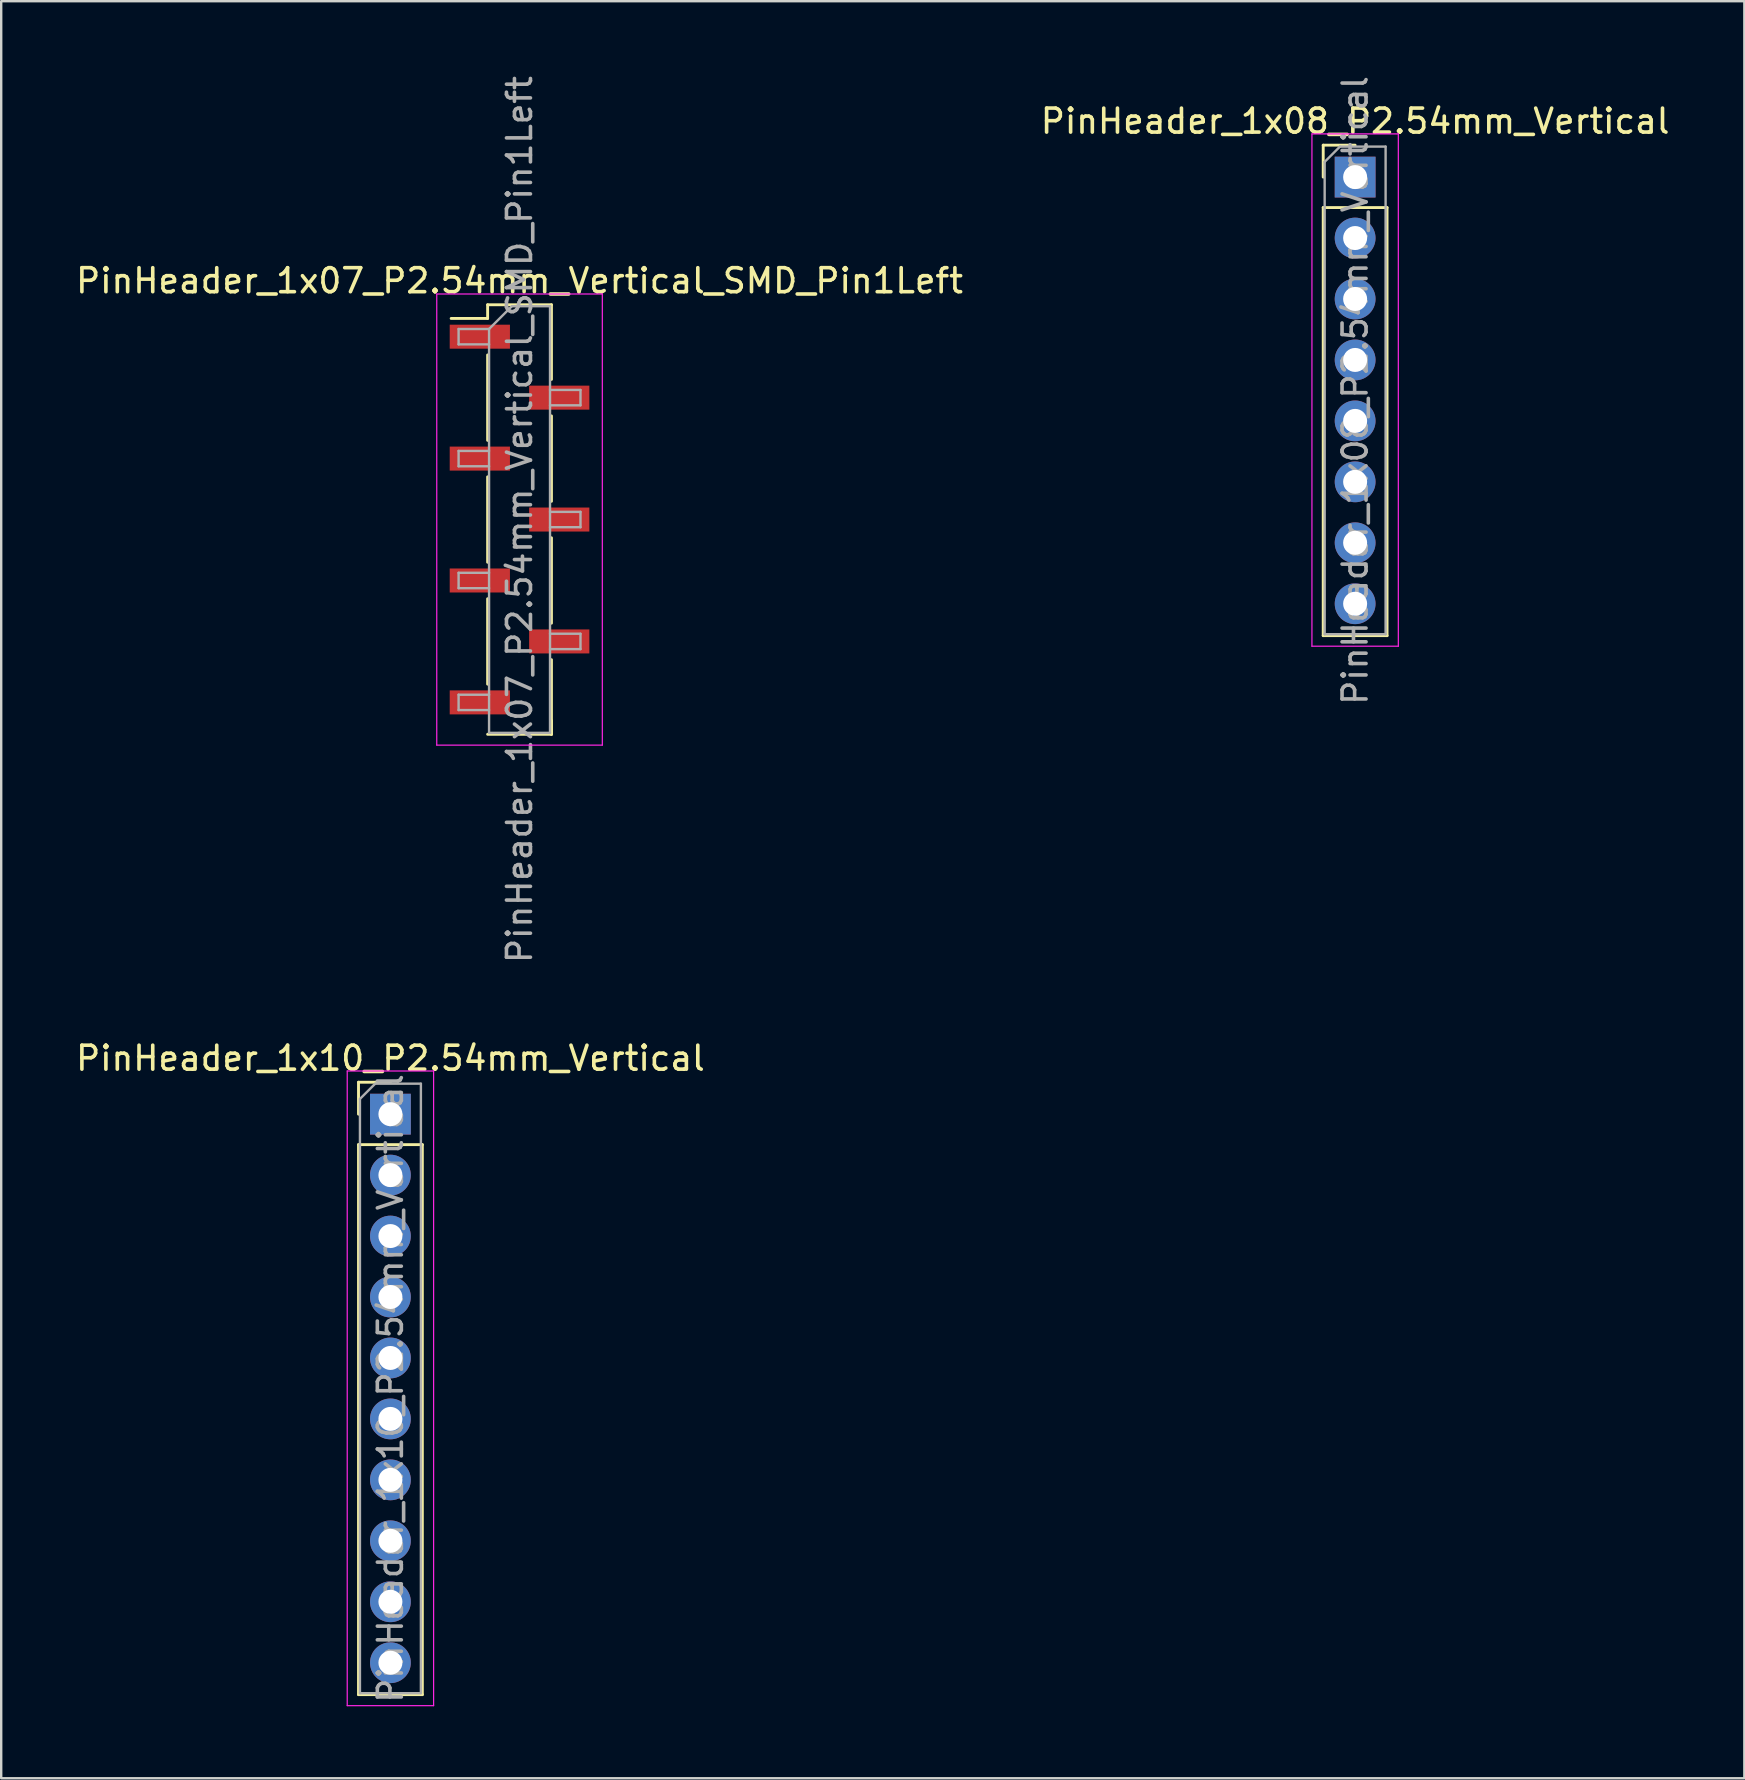
<source format=kicad_pcb>
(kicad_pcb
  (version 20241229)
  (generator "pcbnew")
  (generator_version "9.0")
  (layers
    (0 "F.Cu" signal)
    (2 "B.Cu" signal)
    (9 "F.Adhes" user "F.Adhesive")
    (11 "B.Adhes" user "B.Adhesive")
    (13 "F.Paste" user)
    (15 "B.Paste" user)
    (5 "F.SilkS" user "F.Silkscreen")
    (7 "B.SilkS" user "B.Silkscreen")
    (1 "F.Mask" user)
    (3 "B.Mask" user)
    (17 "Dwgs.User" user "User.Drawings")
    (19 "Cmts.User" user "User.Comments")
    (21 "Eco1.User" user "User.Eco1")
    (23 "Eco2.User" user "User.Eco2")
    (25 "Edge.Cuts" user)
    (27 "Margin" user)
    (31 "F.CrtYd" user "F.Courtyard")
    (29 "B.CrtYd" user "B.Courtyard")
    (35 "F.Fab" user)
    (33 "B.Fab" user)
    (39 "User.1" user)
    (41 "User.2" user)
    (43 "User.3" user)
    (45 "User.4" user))
  (footprint "PinHeader_1x08_P2.54mm_Vertical"
    (layer "F.Cu")
    (at 53.423 4.33)
    (property "Reference" "PinHeader_1x08_P2.54mm_Vertical" (at 0 -2.33 0) (layer "F.SilkS") (effects (font (size 1 1) (thickness 0.15))))
    (attr through_hole)
    (fp_line (start -1.33 -1.33) (end 0 -1.33) (stroke (width 0.12) (type solid)) (layer "F.SilkS"))
    (fp_line (start -1.33 0) (end -1.33 -1.33) (stroke (width 0.12) (type solid)) (layer "F.SilkS"))
    (fp_line (start -1.33 1.27) (end -1.33 19.11) (stroke (width 0.12) (type solid)) (layer "F.SilkS"))
    (fp_line (start -1.33 1.27) (end 1.33 1.27) (stroke (width 0.12) (type solid)) (layer "F.SilkS"))
    (fp_line (start -1.33 19.11) (end 1.33 19.11) (stroke (width 0.12) (type solid)) (layer "F.SilkS"))
    (fp_line (start 1.33 1.27) (end 1.33 19.11) (stroke (width 0.12) (type solid)) (layer "F.SilkS"))
    (fp_line (start -1.8 -1.8) (end -1.8 19.55) (stroke (width 0.05) (type solid)) (layer "F.CrtYd"))
    (fp_line (start -1.8 19.55) (end 1.8 19.55) (stroke (width 0.05) (type solid)) (layer "F.CrtYd"))
    (fp_line (start 1.8 -1.8) (end -1.8 -1.8) (stroke (width 0.05) (type solid)) (layer "F.CrtYd"))
    (fp_line (start 1.8 19.55) (end 1.8 -1.8) (stroke (width 0.05) (type solid)) (layer "F.CrtYd"))
    (fp_line (start -1.27 -0.635) (end -0.635 -1.27) (stroke (width 0.1) (type solid)) (layer "F.Fab"))
    (fp_line (start -1.27 19.05) (end -1.27 -0.635) (stroke (width 0.1) (type solid)) (layer "F.Fab"))
    (fp_line (start -0.635 -1.27) (end 1.27 -1.27) (stroke (width 0.1) (type solid)) (layer "F.Fab"))
    (fp_line (start 1.27 -1.27) (end 1.27 19.05) (stroke (width 0.1) (type solid)) (layer "F.Fab"))
    (fp_line (start 1.27 19.05) (end -1.27 19.05) (stroke (width 0.1) (type solid)) (layer "F.Fab"))
    (fp_text user "${REFERENCE}" (at 0 8.89 90) (layer "F.Fab") (effects (font (size 1 1) (thickness 0.15))))
    (pad "1" thru_hole rect (at 0 0) (size 1.7 1.7) (drill 1) (layers "*.Cu" "*.Mask"))
    (pad "2" thru_hole oval (at 0 2.54) (size 1.7 1.7) (drill 1) (layers "*.Cu" "*.Mask"))
    (pad "3" thru_hole oval (at 0 5.08) (size 1.7 1.7) (drill 1) (layers "*.Cu" "*.Mask"))
    (pad "4" thru_hole oval (at 0 7.62) (size 1.7 1.7) (drill 1) (layers "*.Cu" "*.Mask"))
    (pad "5" thru_hole oval (at 0 10.16) (size 1.7 1.7) (drill 1) (layers "*.Cu" "*.Mask"))
    (pad "6" thru_hole oval (at 0 12.7) (size 1.7 1.7) (drill 1) (layers "*.Cu" "*.Mask"))
    (pad "7" thru_hole oval (at 0 15.24) (size 1.7 1.7) (drill 1) (layers "*.Cu" "*.Mask"))
    (pad "8" thru_hole oval (at 0 17.78) (size 1.7 1.7) (drill 1) (layers "*.Cu" "*.Mask")))
  (footprint "PinHeader_1x10_P2.54mm_Vertical"
    (layer "F.Cu")
    (at 13.22 43.381)
    (property "Reference" "PinHeader_1x10_P2.54mm_Vertical" (at 0 -2.33 0) (layer "F.SilkS") (effects (font (size 1 1) (thickness 0.15))))
    (attr through_hole)
    (fp_line (start -1.33 -1.33) (end 0 -1.33) (stroke (width 0.12) (type solid)) (layer "F.SilkS"))
    (fp_line (start -1.33 0) (end -1.33 -1.33) (stroke (width 0.12) (type solid)) (layer "F.SilkS"))
    (fp_line (start -1.33 1.27) (end -1.33 24.19) (stroke (width 0.12) (type solid)) (layer "F.SilkS"))
    (fp_line (start -1.33 1.27) (end 1.33 1.27) (stroke (width 0.12) (type solid)) (layer "F.SilkS"))
    (fp_line (start -1.33 24.19) (end 1.33 24.19) (stroke (width 0.12) (type solid)) (layer "F.SilkS"))
    (fp_line (start 1.33 1.27) (end 1.33 24.19) (stroke (width 0.12) (type solid)) (layer "F.SilkS"))
    (fp_line (start -1.8 -1.8) (end -1.8 24.65) (stroke (width 0.05) (type solid)) (layer "F.CrtYd"))
    (fp_line (start -1.8 24.65) (end 1.8 24.65) (stroke (width 0.05) (type solid)) (layer "F.CrtYd"))
    (fp_line (start 1.8 -1.8) (end -1.8 -1.8) (stroke (width 0.05) (type solid)) (layer "F.CrtYd"))
    (fp_line (start 1.8 24.65) (end 1.8 -1.8) (stroke (width 0.05) (type solid)) (layer "F.CrtYd"))
    (fp_line (start -1.27 -0.635) (end -0.635 -1.27) (stroke (width 0.1) (type solid)) (layer "F.Fab"))
    (fp_line (start -1.27 24.13) (end -1.27 -0.635) (stroke (width 0.1) (type solid)) (layer "F.Fab"))
    (fp_line (start -0.635 -1.27) (end 1.27 -1.27) (stroke (width 0.1) (type solid)) (layer "F.Fab"))
    (fp_line (start 1.27 -1.27) (end 1.27 24.13) (stroke (width 0.1) (type solid)) (layer "F.Fab"))
    (fp_line (start 1.27 24.13) (end -1.27 24.13) (stroke (width 0.1) (type solid)) (layer "F.Fab"))
    (fp_text user "${REFERENCE}" (at 0 11.43 90) (layer "F.Fab") (effects (font (size 1 1) (thickness 0.15))))
    (pad "1" thru_hole rect (at 0 0) (size 1.7 1.7) (drill 1) (layers "*.Cu" "*.Mask"))
    (pad "2" thru_hole oval (at 0 2.54) (size 1.7 1.7) (drill 1) (layers "*.Cu" "*.Mask"))
    (pad "3" thru_hole oval (at 0 5.08) (size 1.7 1.7) (drill 1) (layers "*.Cu" "*.Mask"))
    (pad "4" thru_hole oval (at 0 7.62) (size 1.7 1.7) (drill 1) (layers "*.Cu" "*.Mask"))
    (pad "5" thru_hole oval (at 0 10.16) (size 1.7 1.7) (drill 1) (layers "*.Cu" "*.Mask"))
    (pad "6" thru_hole oval (at 0 12.7) (size 1.7 1.7) (drill 1) (layers "*.Cu" "*.Mask"))
    (pad "7" thru_hole oval (at 0 15.24) (size 1.7 1.7) (drill 1) (layers "*.Cu" "*.Mask"))
    (pad "8" thru_hole oval (at 0 17.78) (size 1.7 1.7) (drill 1) (layers "*.Cu" "*.Mask"))
    (pad "9" thru_hole oval (at 0 20.32) (size 1.7 1.7) (drill 1) (layers "*.Cu" "*.Mask"))
    (pad "10" thru_hole oval (at 0 22.86) (size 1.7 1.7) (drill 1) (layers "*.Cu" "*.Mask")))
  (footprint "PinHeader_1x07_P2.54mm_Vertical_SMD_Pin1Left"
    (layer "F.Cu")
    (at 18.601 18.601)
    (property "Reference" "PinHeader_1x07_P2.54mm_Vertical_SMD_Pin1Left" (at 0 -9.95 0) (layer "F.SilkS") (effects (font (size 1 1) (thickness 0.15))))
    (attr smd)
    (fp_line (start -1.33 -8.95) (end -1.33 -8.38) (stroke (width 0.12) (type solid)) (layer "F.SilkS"))
    (fp_line (start -1.33 -8.95) (end 1.33 -8.95) (stroke (width 0.12) (type solid)) (layer "F.SilkS"))
    (fp_line (start -1.33 -8.38) (end -2.85 -8.38) (stroke (width 0.12) (type solid)) (layer "F.SilkS"))
    (fp_line (start -1.33 -6.86) (end -1.33 -3.3) (stroke (width 0.12) (type solid)) (layer "F.SilkS"))
    (fp_line (start -1.33 -1.78) (end -1.33 1.78) (stroke (width 0.12) (type solid)) (layer "F.SilkS"))
    (fp_line (start -1.33 3.3) (end -1.33 6.86) (stroke (width 0.12) (type solid)) (layer "F.SilkS"))
    (fp_line (start -1.33 8.95) (end 1.33 8.95) (stroke (width 0.12) (type solid)) (layer "F.SilkS"))
    (fp_line (start 1.33 -8.95) (end 1.33 -5.84) (stroke (width 0.12) (type solid)) (layer "F.SilkS"))
    (fp_line (start 1.33 -4.32) (end 1.33 -0.76) (stroke (width 0.12) (type solid)) (layer "F.SilkS"))
    (fp_line (start 1.33 0.76) (end 1.33 4.32) (stroke (width 0.12) (type solid)) (layer "F.SilkS"))
    (fp_line (start 1.33 5.84) (end 1.33 8.95) (stroke (width 0.12) (type solid)) (layer "F.SilkS"))
    (fp_line (start 1.33 8.38) (end 1.33 8.95) (stroke (width 0.12) (type solid)) (layer "F.SilkS"))
    (fp_line (start -3.45 -9.4) (end -3.45 9.4) (stroke (width 0.05) (type solid)) (layer "F.CrtYd"))
    (fp_line (start -3.45 9.4) (end 3.45 9.4) (stroke (width 0.05) (type solid)) (layer "F.CrtYd"))
    (fp_line (start 3.45 -9.4) (end -3.45 -9.4) (stroke (width 0.05) (type solid)) (layer "F.CrtYd"))
    (fp_line (start 3.45 9.4) (end 3.45 -9.4) (stroke (width 0.05) (type solid)) (layer "F.CrtYd"))
    (fp_line (start -2.54 -7.94) (end -2.54 -7.3) (stroke (width 0.1) (type solid)) (layer "F.Fab"))
    (fp_line (start -2.54 -7.3) (end -1.27 -7.3) (stroke (width 0.1) (type solid)) (layer "F.Fab"))
    (fp_line (start -2.54 -2.86) (end -2.54 -2.22) (stroke (width 0.1) (type solid)) (layer "F.Fab"))
    (fp_line (start -2.54 -2.22) (end -1.27 -2.22) (stroke (width 0.1) (type solid)) (layer "F.Fab"))
    (fp_line (start -2.54 2.22) (end -2.54 2.86) (stroke (width 0.1) (type solid)) (layer "F.Fab"))
    (fp_line (start -2.54 2.86) (end -1.27 2.86) (stroke (width 0.1) (type solid)) (layer "F.Fab"))
    (fp_line (start -2.54 7.3) (end -2.54 7.94) (stroke (width 0.1) (type solid)) (layer "F.Fab"))
    (fp_line (start -2.54 7.94) (end -1.27 7.94) (stroke (width 0.1) (type solid)) (layer "F.Fab"))
    (fp_line (start -1.27 -7.94) (end -2.54 -7.94) (stroke (width 0.1) (type solid)) (layer "F.Fab"))
    (fp_line (start -1.27 -7.94) (end -0.32 -8.89) (stroke (width 0.1) (type solid)) (layer "F.Fab"))
    (fp_line (start -1.27 -2.86) (end -2.54 -2.86) (stroke (width 0.1) (type solid)) (layer "F.Fab"))
    (fp_line (start -1.27 2.22) (end -2.54 2.22) (stroke (width 0.1) (type solid)) (layer "F.Fab"))
    (fp_line (start -1.27 7.3) (end -2.54 7.3) (stroke (width 0.1) (type solid)) (layer "F.Fab"))
    (fp_line (start -1.27 8.89) (end -1.27 -7.94) (stroke (width 0.1) (type solid)) (layer "F.Fab"))
    (fp_line (start -0.32 -8.89) (end 1.27 -8.89) (stroke (width 0.1) (type solid)) (layer "F.Fab"))
    (fp_line (start 1.27 -8.89) (end 1.27 8.89) (stroke (width 0.1) (type solid)) (layer "F.Fab"))
    (fp_line (start 1.27 -5.4) (end 2.54 -5.4) (stroke (width 0.1) (type solid)) (layer "F.Fab"))
    (fp_line (start 1.27 -0.32) (end 2.54 -0.32) (stroke (width 0.1) (type solid)) (layer "F.Fab"))
    (fp_line (start 1.27 4.76) (end 2.54 4.76) (stroke (width 0.1) (type solid)) (layer "F.Fab"))
    (fp_line (start 1.27 8.89) (end -1.27 8.89) (stroke (width 0.1) (type solid)) (layer "F.Fab"))
    (fp_line (start 2.54 -5.4) (end 2.54 -4.76) (stroke (width 0.1) (type solid)) (layer "F.Fab"))
    (fp_line (start 2.54 -4.76) (end 1.27 -4.76) (stroke (width 0.1) (type solid)) (layer "F.Fab"))
    (fp_line (start 2.54 -0.32) (end 2.54 0.32) (stroke (width 0.1) (type solid)) (layer "F.Fab"))
    (fp_line (start 2.54 0.32) (end 1.27 0.32) (stroke (width 0.1) (type solid)) (layer "F.Fab"))
    (fp_line (start 2.54 4.76) (end 2.54 5.4) (stroke (width 0.1) (type solid)) (layer "F.Fab"))
    (fp_line (start 2.54 5.4) (end 1.27 5.4) (stroke (width 0.1) (type solid)) (layer "F.Fab"))
    (fp_text user "${REFERENCE}" (at 0 0 90) (layer "F.Fab") (effects (font (size 1 1) (thickness 0.15))))
    (pad "1" smd rect (at -1.655 -7.62) (size 2.51 1) (layers "F.Cu" "F.Mask" "F.Paste"))
    (pad "2" smd rect (at 1.655 -5.08) (size 2.51 1) (layers "F.Cu" "F.Mask" "F.Paste"))
    (pad "3" smd rect (at -1.655 -2.54) (size 2.51 1) (layers "F.Cu" "F.Mask" "F.Paste"))
    (pad "4" smd rect (at 1.655 0) (size 2.51 1) (layers "F.Cu" "F.Mask" "F.Paste"))
    (pad "5" smd rect (at -1.655 2.54) (size 2.51 1) (layers "F.Cu" "F.Mask" "F.Paste"))
    (pad "6" smd rect (at 1.655 5.08) (size 2.51 1) (layers "F.Cu" "F.Mask" "F.Paste"))
    (pad "7" smd rect (at -1.655 7.62) (size 2.51 1) (layers "F.Cu" "F.Mask" "F.Paste")))
  (gr_rect
    (start -3 -3)
    (end 69.643 71.056)
    (stroke (width 0.1) (type default))
    (fill no)
    (layer "Edge.Cuts")))
</source>
